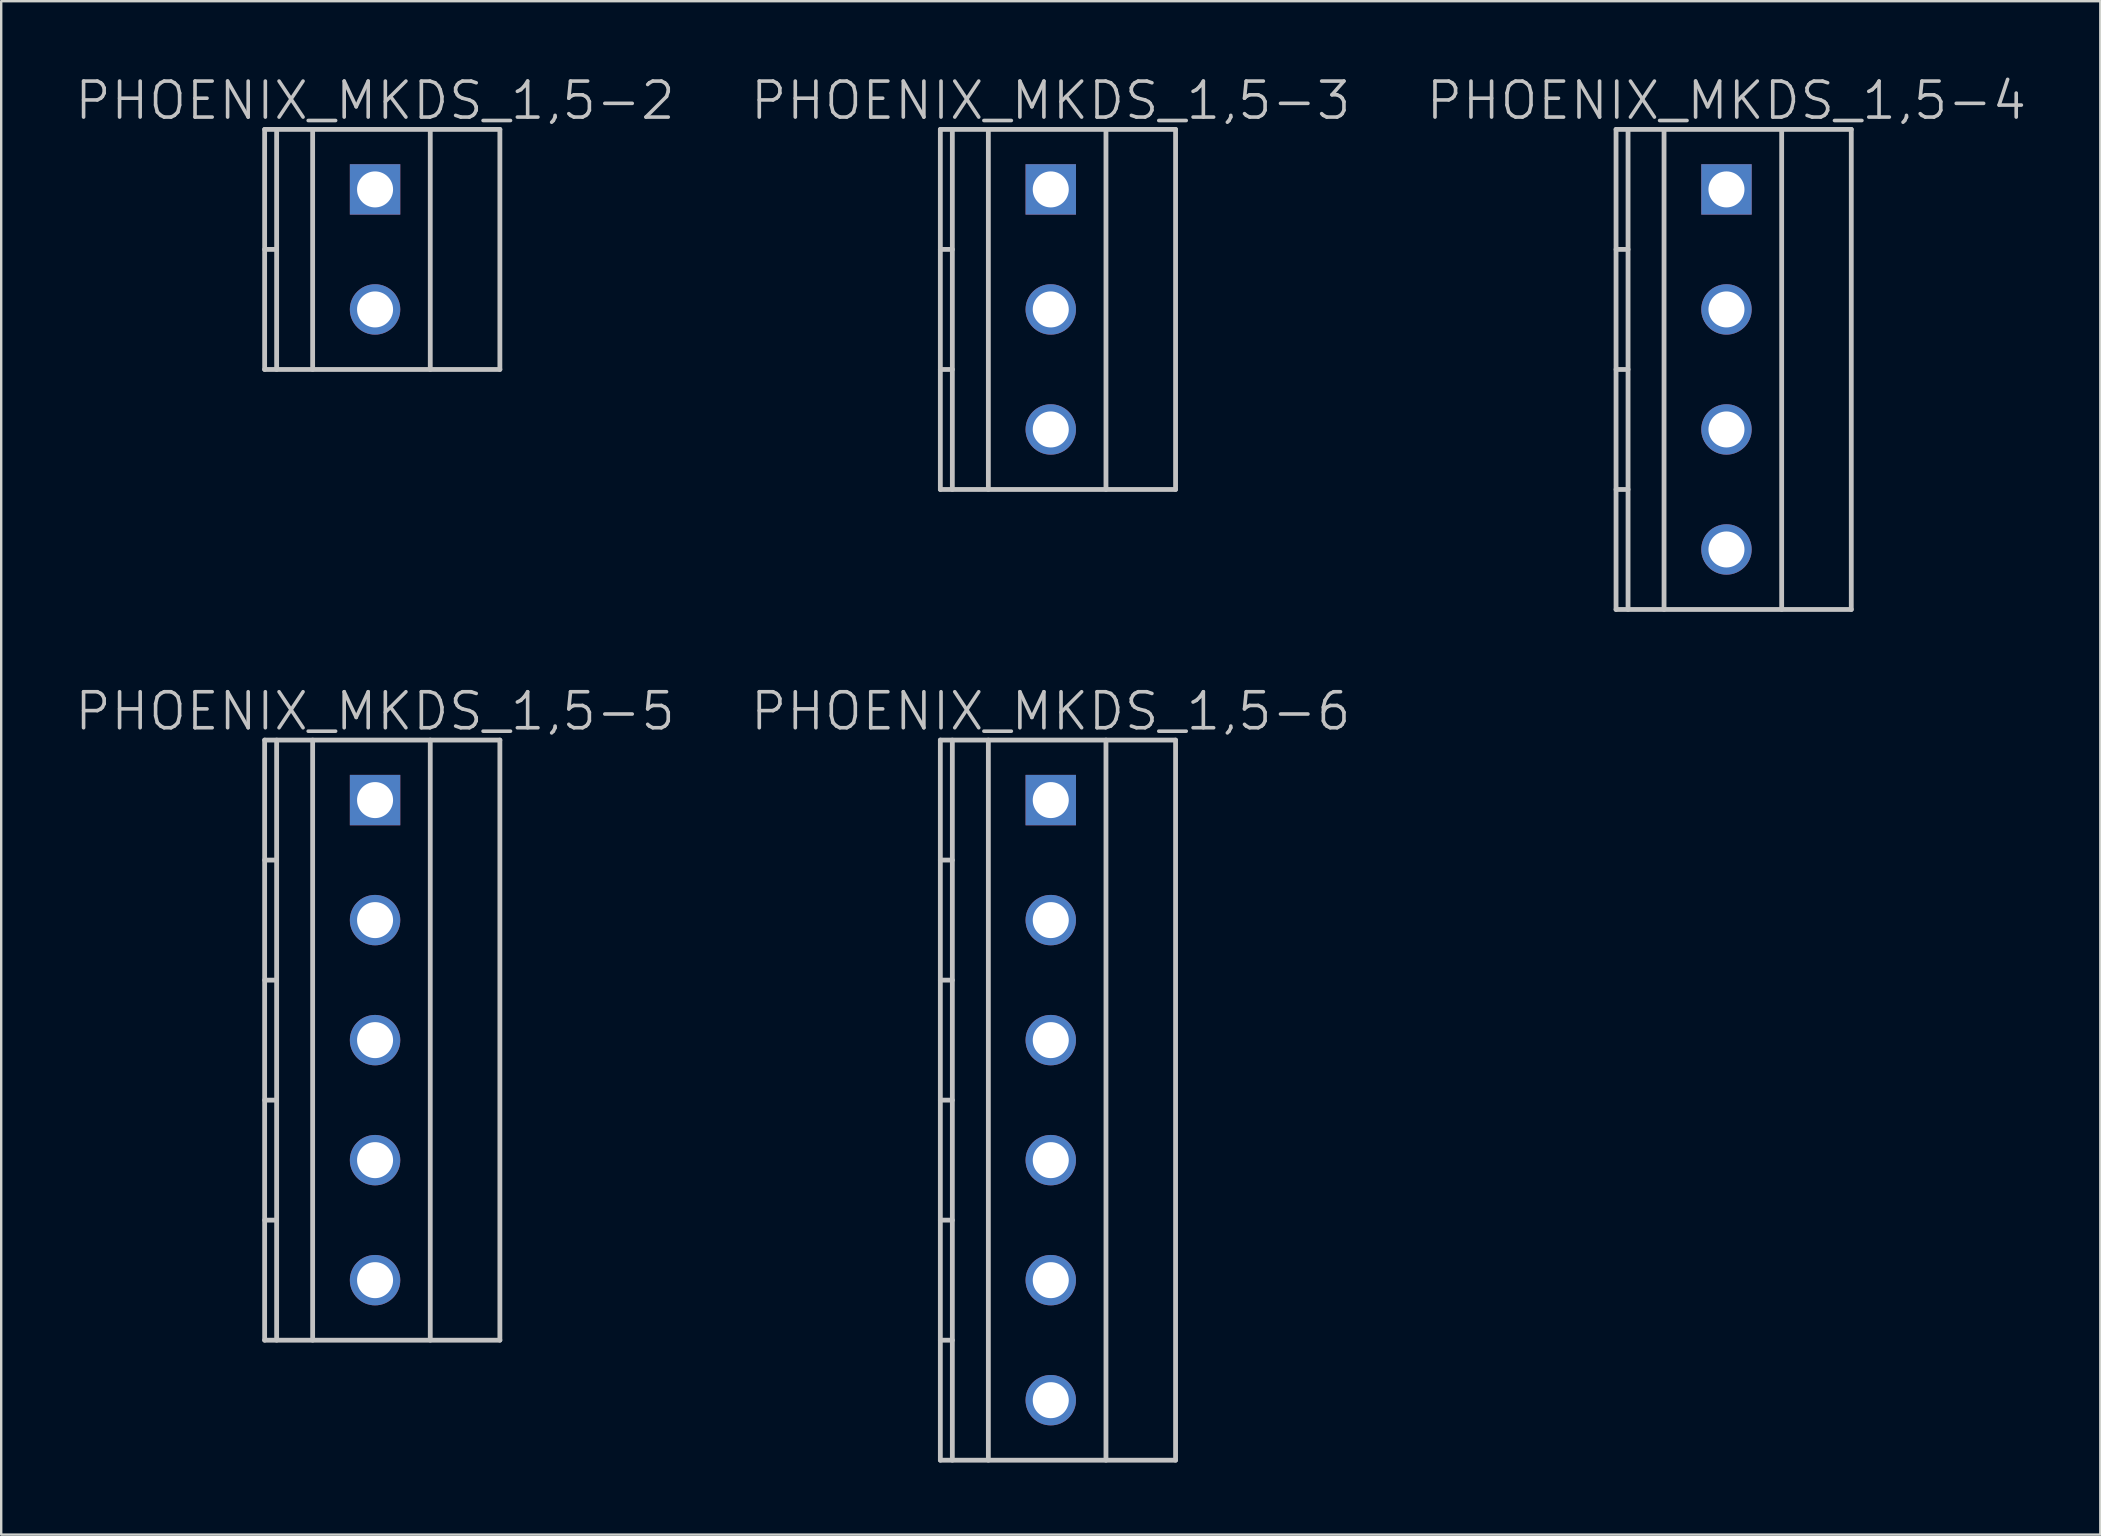
<source format=kicad_pcb>
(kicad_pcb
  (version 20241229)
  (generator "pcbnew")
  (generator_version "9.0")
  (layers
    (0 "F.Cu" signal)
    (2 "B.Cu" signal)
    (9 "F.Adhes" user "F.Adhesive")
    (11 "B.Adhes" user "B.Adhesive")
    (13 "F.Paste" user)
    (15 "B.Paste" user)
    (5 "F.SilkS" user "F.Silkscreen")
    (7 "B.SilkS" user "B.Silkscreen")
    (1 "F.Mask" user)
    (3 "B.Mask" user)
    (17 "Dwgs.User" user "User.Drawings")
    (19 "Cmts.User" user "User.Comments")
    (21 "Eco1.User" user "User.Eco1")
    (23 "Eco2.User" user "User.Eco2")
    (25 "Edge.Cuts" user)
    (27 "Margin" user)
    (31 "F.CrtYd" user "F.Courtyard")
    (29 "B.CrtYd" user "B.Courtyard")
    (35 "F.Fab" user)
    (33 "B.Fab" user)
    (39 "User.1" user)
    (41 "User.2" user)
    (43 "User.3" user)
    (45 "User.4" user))
  (footprint "PHOENIX_MKDS_1,5-3"
    (layer "F.Cu")
    (at 40.725 9.841)
    (property "Reference" "PHOENIX_MKDS_1,5-3" (at 0 -8.7 180) (layer "Dwgs.User") (effects (font (size 1.5 1.5) (thickness 0.15))))
    (attr through_hole)
    (fp_line (start -4.6 -7.5) (end -4.6 7.5) (stroke (width 0.2) (type solid)) (layer "Dwgs.User"))
    (fp_line (start -4.6 7.5) (end 5.2 7.5) (stroke (width 0.2) (type solid)) (layer "Dwgs.User"))
    (fp_line (start -4.1 -7.5) (end -4.1 7.5) (stroke (width 0.2) (type solid)) (layer "Dwgs.User"))
    (fp_line (start -4.1 -2.5) (end -4.6 -2.5) (stroke (width 0.2) (type solid)) (layer "Dwgs.User"))
    (fp_line (start -4.1 2.5) (end -4.6 2.5) (stroke (width 0.2) (type solid)) (layer "Dwgs.User"))
    (fp_line (start -2.6 -7.5) (end -2.6 7.5) (stroke (width 0.2) (type solid)) (layer "Dwgs.User"))
    (fp_line (start 2.3 -7.5) (end 2.3 7.5) (stroke (width 0.2) (type solid)) (layer "Dwgs.User"))
    (fp_line (start 5.2 -7.5) (end -4.6 -7.5) (stroke (width 0.2) (type solid)) (layer "Dwgs.User"))
    (fp_line (start 5.2 7.5) (end 5.2 -7.5) (stroke (width 0.2) (type solid)) (layer "Dwgs.User"))
    (pad "1" thru_hole rect (at 0 -5) (size 2.1 2.1) (drill 1.5) (layers "*.Cu" "*.Mask"))
    (pad "2" thru_hole circle (at 0 0 270) (size 2.1 2.1) (drill 1.5) (layers "*.Cu" "*.Mask"))
    (pad "3" thru_hole circle (at 0 5 270) (size 2.1 2.1) (drill 1.5) (layers "*.Cu" "*.Mask")))
  (footprint "PHOENIX_MKDS_1,5-4"
    (layer "F.Cu")
    (at 68.875 12.341)
    (property "Reference" "PHOENIX_MKDS_1,5-4" (at 0 -11.2 180) (layer "Dwgs.User") (effects (font (size 1.5 1.5) (thickness 0.15))))
    (attr through_hole)
    (fp_line (start -4.6 -10) (end -4.6 10) (stroke (width 0.2) (type solid)) (layer "Dwgs.User"))
    (fp_line (start -4.6 10) (end 5.2 10) (stroke (width 0.2) (type solid)) (layer "Dwgs.User"))
    (fp_line (start -4.1 -10) (end -4.1 10) (stroke (width 0.2) (type solid)) (layer "Dwgs.User"))
    (fp_line (start -4.1 -5) (end -4.6 -5) (stroke (width 0.2) (type solid)) (layer "Dwgs.User"))
    (fp_line (start -4.1 0) (end -4.6 0) (stroke (width 0.2) (type solid)) (layer "Dwgs.User"))
    (fp_line (start -4.1 5) (end -4.6 5) (stroke (width 0.2) (type solid)) (layer "Dwgs.User"))
    (fp_line (start -2.6 -10) (end -2.6 10) (stroke (width 0.2) (type solid)) (layer "Dwgs.User"))
    (fp_line (start 2.3 -10) (end 2.3 10) (stroke (width 0.2) (type solid)) (layer "Dwgs.User"))
    (fp_line (start 5.2 -10) (end -4.6 -10) (stroke (width 0.2) (type solid)) (layer "Dwgs.User"))
    (fp_line (start 5.2 10) (end 5.2 -10) (stroke (width 0.2) (type solid)) (layer "Dwgs.User"))
    (pad "1" thru_hole rect (at 0 -7.5) (size 2.1 2.1) (drill 1.5) (layers "*.Cu" "*.Mask"))
    (pad "2" thru_hole circle (at 0 -2.5 270) (size 2.1 2.1) (drill 1.5) (layers "*.Cu" "*.Mask"))
    (pad "3" thru_hole circle (at 0 2.5 270) (size 2.1 2.1) (drill 1.5) (layers "*.Cu" "*.Mask"))
    (pad "4" thru_hole circle (at 0 7.5 270) (size 2.1 2.1) (drill 1.5) (layers "*.Cu" "*.Mask")))
  (footprint "PHOENIX_MKDS_1,5-6"
    (layer "F.Cu")
    (at 40.725 42.782)
    (property "Reference" "PHOENIX_MKDS_1,5-6" (at 0 -16.2 180) (layer "Dwgs.User") (effects (font (size 1.5 1.5) (thickness 0.15))))
    (attr through_hole)
    (fp_line (start -4.6 -15) (end -4.6 15) (stroke (width 0.2) (type solid)) (layer "Dwgs.User"))
    (fp_line (start -4.6 15) (end 5.2 15) (stroke (width 0.2) (type solid)) (layer "Dwgs.User"))
    (fp_line (start -4.1 -15) (end -4.1 15) (stroke (width 0.2) (type solid)) (layer "Dwgs.User"))
    (fp_line (start -4.1 -10) (end -4.6 -10) (stroke (width 0.2) (type solid)) (layer "Dwgs.User"))
    (fp_line (start -4.1 -5) (end -4.6 -5) (stroke (width 0.2) (type solid)) (layer "Dwgs.User"))
    (fp_line (start -4.1 0) (end -4.6 0) (stroke (width 0.2) (type solid)) (layer "Dwgs.User"))
    (fp_line (start -4.1 5) (end -4.6 5) (stroke (width 0.2) (type solid)) (layer "Dwgs.User"))
    (fp_line (start -4.1 10) (end -4.6 10) (stroke (width 0.2) (type solid)) (layer "Dwgs.User"))
    (fp_line (start -2.6 -15) (end -2.6 15) (stroke (width 0.2) (type solid)) (layer "Dwgs.User"))
    (fp_line (start 2.3 -15) (end 2.3 15) (stroke (width 0.2) (type solid)) (layer "Dwgs.User"))
    (fp_line (start 5.2 -15) (end -4.6 -15) (stroke (width 0.2) (type solid)) (layer "Dwgs.User"))
    (fp_line (start 5.2 15) (end 5.2 -15) (stroke (width 0.2) (type solid)) (layer "Dwgs.User"))
    (pad "1" thru_hole rect (at 0 -12.5) (size 2.1 2.1) (drill 1.5) (layers "*.Cu" "*.Mask"))
    (pad "2" thru_hole circle (at 0 -7.5 270) (size 2.1 2.1) (drill 1.5) (layers "*.Cu" "*.Mask"))
    (pad "3" thru_hole circle (at 0 -2.5 270) (size 2.1 2.1) (drill 1.5) (layers "*.Cu" "*.Mask"))
    (pad "4" thru_hole circle (at 0 2.5 270) (size 2.1 2.1) (drill 1.5) (layers "*.Cu" "*.Mask"))
    (pad "5" thru_hole circle (at 0 7.5 270) (size 2.1 2.1) (drill 1.5) (layers "*.Cu" "*.Mask"))
    (pad "6" thru_hole circle (at 0 12.5 270) (size 2.1 2.1) (drill 1.5) (layers "*.Cu" "*.Mask")))
  (footprint "PHOENIX_MKDS_1,5-5"
    (layer "F.Cu")
    (at 12.575 40.282)
    (property "Reference" "PHOENIX_MKDS_1,5-5" (at 0 -13.7 180) (layer "Dwgs.User") (effects (font (size 1.5 1.5) (thickness 0.15))))
    (attr through_hole)
    (fp_line (start -4.6 -12.5) (end -4.6 12.5) (stroke (width 0.2) (type solid)) (layer "Dwgs.User"))
    (fp_line (start -4.6 12.5) (end 5.2 12.5) (stroke (width 0.2) (type solid)) (layer "Dwgs.User"))
    (fp_line (start -4.1 -12.5) (end -4.1 12.5) (stroke (width 0.2) (type solid)) (layer "Dwgs.User"))
    (fp_line (start -4.1 -7.5) (end -4.6 -7.5) (stroke (width 0.2) (type solid)) (layer "Dwgs.User"))
    (fp_line (start -4.1 -2.5) (end -4.6 -2.5) (stroke (width 0.2) (type solid)) (layer "Dwgs.User"))
    (fp_line (start -4.1 2.5) (end -4.6 2.5) (stroke (width 0.2) (type solid)) (layer "Dwgs.User"))
    (fp_line (start -4.1 7.5) (end -4.6 7.5) (stroke (width 0.2) (type solid)) (layer "Dwgs.User"))
    (fp_line (start -2.6 -12.5) (end -2.6 12.5) (stroke (width 0.2) (type solid)) (layer "Dwgs.User"))
    (fp_line (start 2.3 -12.5) (end 2.3 12.5) (stroke (width 0.2) (type solid)) (layer "Dwgs.User"))
    (fp_line (start 5.2 -12.5) (end -4.6 -12.5) (stroke (width 0.2) (type solid)) (layer "Dwgs.User"))
    (fp_line (start 5.2 12.5) (end 5.2 -12.5) (stroke (width 0.2) (type solid)) (layer "Dwgs.User"))
    (pad "1" thru_hole rect (at 0 -10) (size 2.1 2.1) (drill 1.5) (layers "*.Cu" "*.Mask"))
    (pad "2" thru_hole circle (at 0 -5 270) (size 2.1 2.1) (drill 1.5) (layers "*.Cu" "*.Mask"))
    (pad "3" thru_hole circle (at 0 0 270) (size 2.1 2.1) (drill 1.5) (layers "*.Cu" "*.Mask"))
    (pad "4" thru_hole circle (at 0 5 270) (size 2.1 2.1) (drill 1.5) (layers "*.Cu" "*.Mask"))
    (pad "5" thru_hole circle (at 0 10 270) (size 2.1 2.1) (drill 1.5) (layers "*.Cu" "*.Mask")))
  (footprint "PHOENIX_MKDS_1,5-2"
    (layer "F.Cu")
    (at 12.575 7.341)
    (property "Reference" "PHOENIX_MKDS_1,5-2" (at 0 -6.2 180) (layer "Dwgs.User") (effects (font (size 1.5 1.5) (thickness 0.15))))
    (attr through_hole)
    (fp_line (start -4.6 -5) (end -4.6 5) (stroke (width 0.2) (type solid)) (layer "Dwgs.User"))
    (fp_line (start -4.6 5) (end 5.2 5) (stroke (width 0.2) (type solid)) (layer "Dwgs.User"))
    (fp_line (start -4.1 -5) (end -4.1 5) (stroke (width 0.2) (type solid)) (layer "Dwgs.User"))
    (fp_line (start -4.1 0) (end -4.6 0) (stroke (width 0.2) (type solid)) (layer "Dwgs.User"))
    (fp_line (start -2.6 -5) (end -2.6 5) (stroke (width 0.2) (type solid)) (layer "Dwgs.User"))
    (fp_line (start 2.3 -5) (end 2.3 5) (stroke (width 0.2) (type solid)) (layer "Dwgs.User"))
    (fp_line (start 5.2 -5) (end -4.6 -5) (stroke (width 0.2) (type solid)) (layer "Dwgs.User"))
    (fp_line (start 5.2 5) (end 5.2 -5) (stroke (width 0.2) (type solid)) (layer "Dwgs.User"))
    (pad "1" thru_hole rect (at 0 -2.5) (size 2.1 2.1) (drill 1.5) (layers "*.Cu" "*.Mask"))
    (pad "2" thru_hole circle (at 0 2.5 270) (size 2.1 2.1) (drill 1.5) (layers "*.Cu" "*.Mask")))
  (gr_rect
    (start -3 -3)
    (end 84.45 60.882)
    (stroke (width 0.1) (type default))
    (fill no)
    (layer "Edge.Cuts")))
</source>
